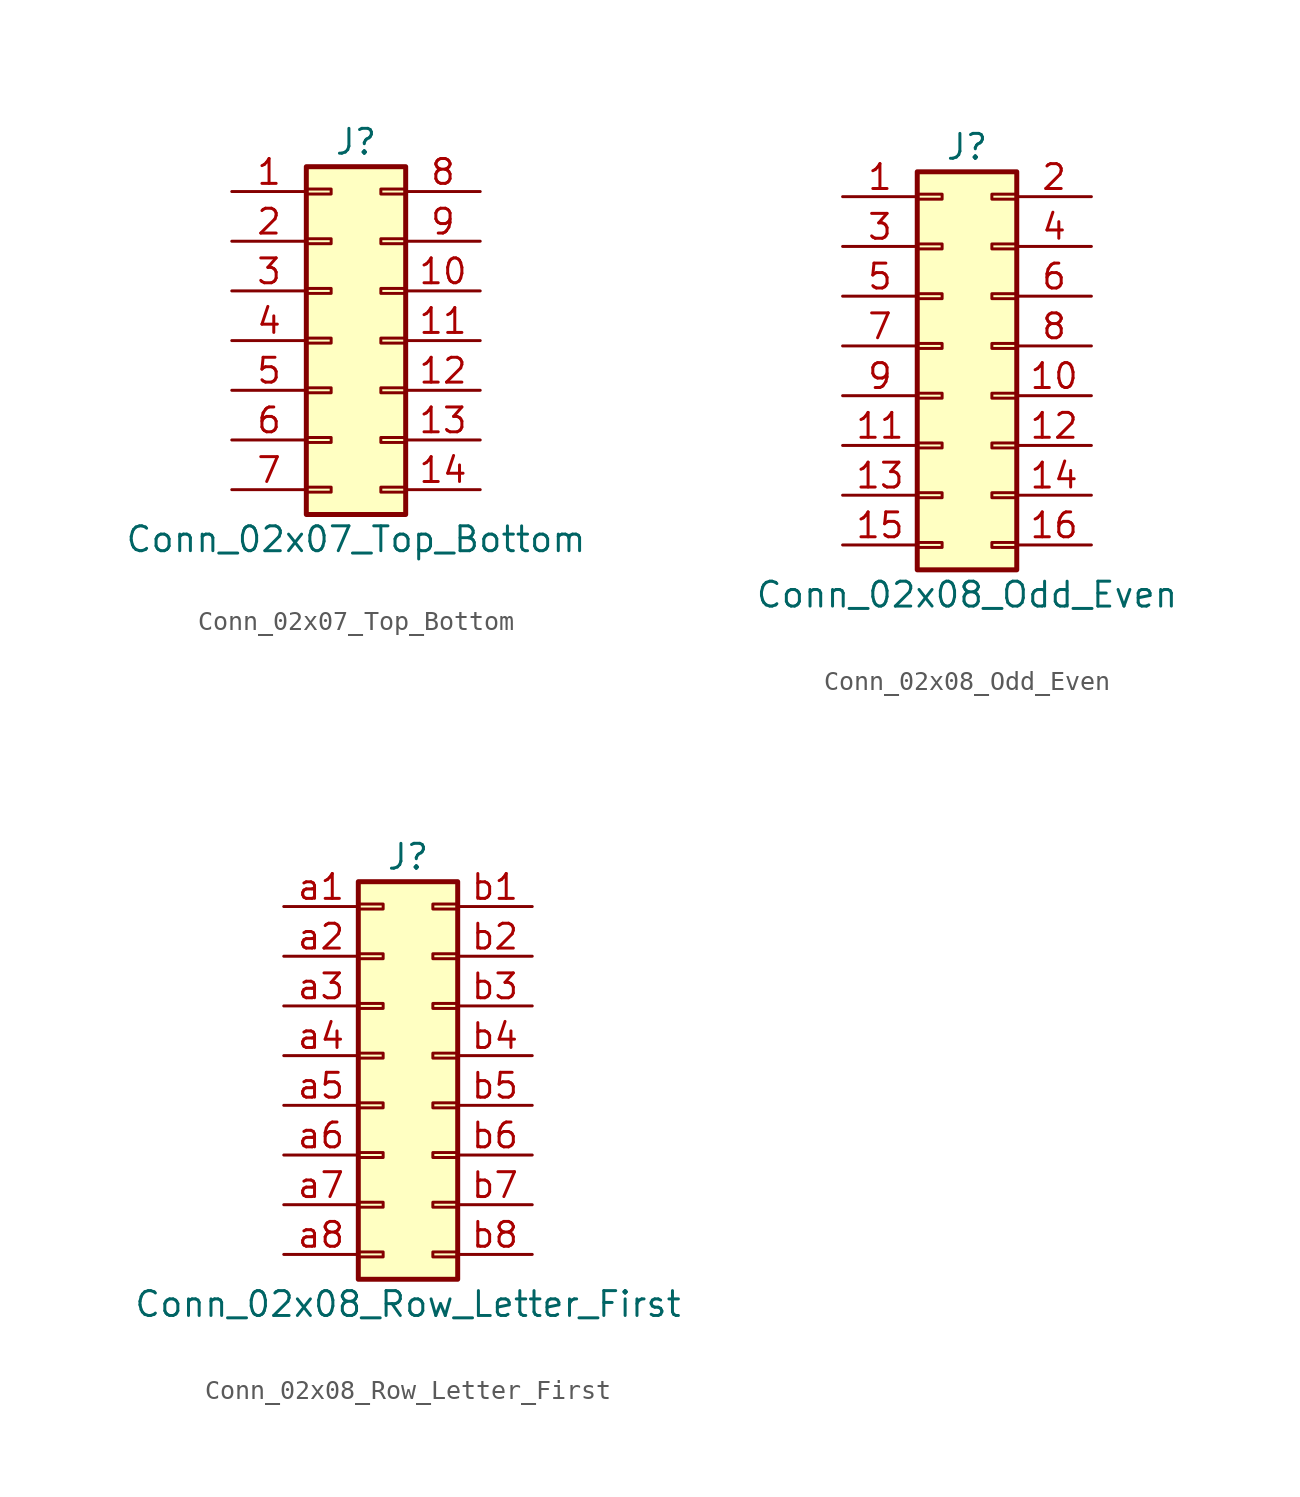
<source format=kicad_sym>
(kicad_symbol_lib
  (version 20211014)
  (generator kicad_symbol_editor)
  (symbol "Conn_02x07_Top_Bottom"
    (pin_names
      (offset 1.016) hide)
    (property "Reference" "J"
      (at 1.27 10.16 0)
      (effects (font (size 1.27 1.27))))
    (property "Value" "Conn_02x07_Top_Bottom"
      (at 1.27 -10.16 0)
      (effects (font (size 1.27 1.27))))
    (symbol "Conn_02x07_Top_Bottom_1_1"
      (rectangle (start -1.27 -7.493) (end 0 -7.747) (stroke (width 0.152) (type default) (color 0 0 0 0)) (fill (type none)))
      (rectangle (start -1.27 -4.953) (end 0 -5.207) (stroke (width 0.152) (type default) (color 0 0 0 0)) (fill (type none)))
      (rectangle (start -1.27 -2.413) (end 0 -2.667) (stroke (width 0.152) (type default) (color 0 0 0 0)) (fill (type none)))
      (rectangle (start -1.27 0.127) (end 0 -0.127) (stroke (width 0.152) (type default) (color 0 0 0 0)) (fill (type none)))
      (rectangle (start -1.27 2.667) (end 0 2.413) (stroke (width 0.152) (type default) (color 0 0 0 0)) (fill (type none)))
      (rectangle (start -1.27 5.207) (end 0 4.953) (stroke (width 0.152) (type default) (color 0 0 0 0)) (fill (type none)))
      (rectangle (start -1.27 7.747) (end 0 7.493) (stroke (width 0.152) (type default) (color 0 0 0 0)) (fill (type none)))
      (rectangle (start -1.27 8.89) (end 3.81 -8.89) (stroke (width 0.254) (type default) (color 0 0 0 0)) (fill (type background)))
      (rectangle (start 3.81 -7.493) (end 2.54 -7.747) (stroke (width 0.152) (type default) (color 0 0 0 0)) (fill (type none)))
      (rectangle (start 3.81 -4.953) (end 2.54 -5.207) (stroke (width 0.152) (type default) (color 0 0 0 0)) (fill (type none)))
      (rectangle (start 3.81 -2.413) (end 2.54 -2.667) (stroke (width 0.152) (type default) (color 0 0 0 0)) (fill (type none)))
      (rectangle (start 3.81 0.127) (end 2.54 -0.127) (stroke (width 0.152) (type default) (color 0 0 0 0)) (fill (type none)))
      (rectangle (start 3.81 2.667) (end 2.54 2.413) (stroke (width 0.152) (type default) (color 0 0 0 0)) (fill (type none)))
      (rectangle (start 3.81 5.207) (end 2.54 4.953) (stroke (width 0.152) (type default) (color 0 0 0 0)) (fill (type none)))
      (rectangle (start 3.81 7.747) (end 2.54 7.493) (stroke (width 0.152) (type default) (color 0 0 0 0)) (fill (type none)))
      (pin passive line (at -5.08 7.62 0) (length 3.81) (name "Pin_1" (effects (font (size 1.27 1.27)))) (number "1" (effects (font (size 1.27 1.27)))))
      (pin passive line (at 7.62 2.54 180) (length 3.81) (name "Pin_10" (effects (font (size 1.27 1.27)))) (number "10" (effects (font (size 1.27 1.27)))))
      (pin passive line (at 7.62 0 180) (length 3.81) (name "Pin_11" (effects (font (size 1.27 1.27)))) (number "11" (effects (font (size 1.27 1.27)))))
      (pin passive line (at 7.62 -2.54 180) (length 3.81) (name "Pin_12" (effects (font (size 1.27 1.27)))) (number "12" (effects (font (size 1.27 1.27)))))
      (pin passive line (at 7.62 -5.08 180) (length 3.81) (name "Pin_13" (effects (font (size 1.27 1.27)))) (number "13" (effects (font (size 1.27 1.27)))))
      (pin passive line (at 7.62 -7.62 180) (length 3.81) (name "Pin_14" (effects (font (size 1.27 1.27)))) (number "14" (effects (font (size 1.27 1.27)))))
      (pin passive line (at -5.08 5.08 0) (length 3.81) (name "Pin_2" (effects (font (size 1.27 1.27)))) (number "2" (effects (font (size 1.27 1.27)))))
      (pin passive line (at -5.08 2.54 0) (length 3.81) (name "Pin_3" (effects (font (size 1.27 1.27)))) (number "3" (effects (font (size 1.27 1.27)))))
      (pin passive line (at -5.08 0 0) (length 3.81) (name "Pin_4" (effects (font (size 1.27 1.27)))) (number "4" (effects (font (size 1.27 1.27)))))
      (pin passive line (at -5.08 -2.54 0) (length 3.81) (name "Pin_5" (effects (font (size 1.27 1.27)))) (number "5" (effects (font (size 1.27 1.27)))))
      (pin passive line (at -5.08 -5.08 0) (length 3.81) (name "Pin_6" (effects (font (size 1.27 1.27)))) (number "6" (effects (font (size 1.27 1.27)))))
      (pin passive line (at -5.08 -7.62 0) (length 3.81) (name "Pin_7" (effects (font (size 1.27 1.27)))) (number "7" (effects (font (size 1.27 1.27)))))
      (pin passive line (at 7.62 7.62 180) (length 3.81) (name "Pin_8" (effects (font (size 1.27 1.27)))) (number "8" (effects (font (size 1.27 1.27)))))
      (pin passive line (at 7.62 5.08 180) (length 3.81) (name "Pin_9" (effects (font (size 1.27 1.27)))) (number "9" (effects (font (size 1.27 1.27)))))))
  (symbol "Conn_02x08_Odd_Even"
    (pin_names
      (offset 1.016) hide)
    (property "Reference" "J"
      (at 1.27 10.16 0)
      (effects (font (size 1.27 1.27))))
    (property "Value" "Conn_02x08_Odd_Even"
      (at 1.27 -12.7 0)
      (effects (font (size 1.27 1.27))))
    (symbol "Conn_02x08_Odd_Even_1_1"
      (rectangle (start -1.27 -10.033) (end 0 -10.287) (stroke (width 0.152) (type default) (color 0 0 0 0)) (fill (type none)))
      (rectangle (start -1.27 -7.493) (end 0 -7.747) (stroke (width 0.152) (type default) (color 0 0 0 0)) (fill (type none)))
      (rectangle (start -1.27 -4.953) (end 0 -5.207) (stroke (width 0.152) (type default) (color 0 0 0 0)) (fill (type none)))
      (rectangle (start -1.27 -2.413) (end 0 -2.667) (stroke (width 0.152) (type default) (color 0 0 0 0)) (fill (type none)))
      (rectangle (start -1.27 0.127) (end 0 -0.127) (stroke (width 0.152) (type default) (color 0 0 0 0)) (fill (type none)))
      (rectangle (start -1.27 2.667) (end 0 2.413) (stroke (width 0.152) (type default) (color 0 0 0 0)) (fill (type none)))
      (rectangle (start -1.27 5.207) (end 0 4.953) (stroke (width 0.152) (type default) (color 0 0 0 0)) (fill (type none)))
      (rectangle (start -1.27 7.747) (end 0 7.493) (stroke (width 0.152) (type default) (color 0 0 0 0)) (fill (type none)))
      (rectangle (start -1.27 8.89) (end 3.81 -11.43) (stroke (width 0.254) (type default) (color 0 0 0 0)) (fill (type background)))
      (rectangle (start 3.81 -10.033) (end 2.54 -10.287) (stroke (width 0.152) (type default) (color 0 0 0 0)) (fill (type none)))
      (rectangle (start 3.81 -7.493) (end 2.54 -7.747) (stroke (width 0.152) (type default) (color 0 0 0 0)) (fill (type none)))
      (rectangle (start 3.81 -4.953) (end 2.54 -5.207) (stroke (width 0.152) (type default) (color 0 0 0 0)) (fill (type none)))
      (rectangle (start 3.81 -2.413) (end 2.54 -2.667) (stroke (width 0.152) (type default) (color 0 0 0 0)) (fill (type none)))
      (rectangle (start 3.81 0.127) (end 2.54 -0.127) (stroke (width 0.152) (type default) (color 0 0 0 0)) (fill (type none)))
      (rectangle (start 3.81 2.667) (end 2.54 2.413) (stroke (width 0.152) (type default) (color 0 0 0 0)) (fill (type none)))
      (rectangle (start 3.81 5.207) (end 2.54 4.953) (stroke (width 0.152) (type default) (color 0 0 0 0)) (fill (type none)))
      (rectangle (start 3.81 7.747) (end 2.54 7.493) (stroke (width 0.152) (type default) (color 0 0 0 0)) (fill (type none)))
      (pin passive line (at -5.08 7.62 0) (length 3.81) (name "Pin_1" (effects (font (size 1.27 1.27)))) (number "1" (effects (font (size 1.27 1.27)))))
      (pin passive line (at 7.62 -2.54 180) (length 3.81) (name "Pin_10" (effects (font (size 1.27 1.27)))) (number "10" (effects (font (size 1.27 1.27)))))
      (pin passive line (at -5.08 -5.08 0) (length 3.81) (name "Pin_11" (effects (font (size 1.27 1.27)))) (number "11" (effects (font (size 1.27 1.27)))))
      (pin passive line (at 7.62 -5.08 180) (length 3.81) (name "Pin_12" (effects (font (size 1.27 1.27)))) (number "12" (effects (font (size 1.27 1.27)))))
      (pin passive line (at -5.08 -7.62 0) (length 3.81) (name "Pin_13" (effects (font (size 1.27 1.27)))) (number "13" (effects (font (size 1.27 1.27)))))
      (pin passive line (at 7.62 -7.62 180) (length 3.81) (name "Pin_14" (effects (font (size 1.27 1.27)))) (number "14" (effects (font (size 1.27 1.27)))))
      (pin passive line (at -5.08 -10.16 0) (length 3.81) (name "Pin_15" (effects (font (size 1.27 1.27)))) (number "15" (effects (font (size 1.27 1.27)))))
      (pin passive line (at 7.62 -10.16 180) (length 3.81) (name "Pin_16" (effects (font (size 1.27 1.27)))) (number "16" (effects (font (size 1.27 1.27)))))
      (pin passive line (at 7.62 7.62 180) (length 3.81) (name "Pin_2" (effects (font (size 1.27 1.27)))) (number "2" (effects (font (size 1.27 1.27)))))
      (pin passive line (at -5.08 5.08 0) (length 3.81) (name "Pin_3" (effects (font (size 1.27 1.27)))) (number "3" (effects (font (size 1.27 1.27)))))
      (pin passive line (at 7.62 5.08 180) (length 3.81) (name "Pin_4" (effects (font (size 1.27 1.27)))) (number "4" (effects (font (size 1.27 1.27)))))
      (pin passive line (at -5.08 2.54 0) (length 3.81) (name "Pin_5" (effects (font (size 1.27 1.27)))) (number "5" (effects (font (size 1.27 1.27)))))
      (pin passive line (at 7.62 2.54 180) (length 3.81) (name "Pin_6" (effects (font (size 1.27 1.27)))) (number "6" (effects (font (size 1.27 1.27)))))
      (pin passive line (at -5.08 0 0) (length 3.81) (name "Pin_7" (effects (font (size 1.27 1.27)))) (number "7" (effects (font (size 1.27 1.27)))))
      (pin passive line (at 7.62 0 180) (length 3.81) (name "Pin_8" (effects (font (size 1.27 1.27)))) (number "8" (effects (font (size 1.27 1.27)))))
      (pin passive line (at -5.08 -2.54 0) (length 3.81) (name "Pin_9" (effects (font (size 1.27 1.27)))) (number "9" (effects (font (size 1.27 1.27)))))))
  (symbol "Conn_02x08_Row_Letter_First"
    (pin_names
      (offset 1.016) hide)
    (property "Reference" "J"
      (at 1.27 10.16 0)
      (effects (font (size 1.27 1.27))))
    (property "Value" "Conn_02x08_Row_Letter_First"
      (at 1.27 -12.7 0)
      (effects (font (size 1.27 1.27))))
    (symbol "Conn_02x08_Row_Letter_First_1_1"
      (rectangle (start -1.27 -10.033) (end 0 -10.287) (stroke (width 0.152) (type default) (color 0 0 0 0)) (fill (type none)))
      (rectangle (start -1.27 -7.493) (end 0 -7.747) (stroke (width 0.152) (type default) (color 0 0 0 0)) (fill (type none)))
      (rectangle (start -1.27 -4.953) (end 0 -5.207) (stroke (width 0.152) (type default) (color 0 0 0 0)) (fill (type none)))
      (rectangle (start -1.27 -2.413) (end 0 -2.667) (stroke (width 0.152) (type default) (color 0 0 0 0)) (fill (type none)))
      (rectangle (start -1.27 0.127) (end 0 -0.127) (stroke (width 0.152) (type default) (color 0 0 0 0)) (fill (type none)))
      (rectangle (start -1.27 2.667) (end 0 2.413) (stroke (width 0.152) (type default) (color 0 0 0 0)) (fill (type none)))
      (rectangle (start -1.27 5.207) (end 0 4.953) (stroke (width 0.152) (type default) (color 0 0 0 0)) (fill (type none)))
      (rectangle (start -1.27 7.747) (end 0 7.493) (stroke (width 0.152) (type default) (color 0 0 0 0)) (fill (type none)))
      (rectangle (start -1.27 8.89) (end 3.81 -11.43) (stroke (width 0.254) (type default) (color 0 0 0 0)) (fill (type background)))
      (rectangle (start 3.81 -10.033) (end 2.54 -10.287) (stroke (width 0.152) (type default) (color 0 0 0 0)) (fill (type none)))
      (rectangle (start 3.81 -7.493) (end 2.54 -7.747) (stroke (width 0.152) (type default) (color 0 0 0 0)) (fill (type none)))
      (rectangle (start 3.81 -4.953) (end 2.54 -5.207) (stroke (width 0.152) (type default) (color 0 0 0 0)) (fill (type none)))
      (rectangle (start 3.81 -2.413) (end 2.54 -2.667) (stroke (width 0.152) (type default) (color 0 0 0 0)) (fill (type none)))
      (rectangle (start 3.81 0.127) (end 2.54 -0.127) (stroke (width 0.152) (type default) (color 0 0 0 0)) (fill (type none)))
      (rectangle (start 3.81 2.667) (end 2.54 2.413) (stroke (width 0.152) (type default) (color 0 0 0 0)) (fill (type none)))
      (rectangle (start 3.81 5.207) (end 2.54 4.953) (stroke (width 0.152) (type default) (color 0 0 0 0)) (fill (type none)))
      (rectangle (start 3.81 7.747) (end 2.54 7.493) (stroke (width 0.152) (type default) (color 0 0 0 0)) (fill (type none)))
      (pin passive line (at -5.08 7.62 0) (length 3.81) (name "Pin_a1" (effects (font (size 1.27 1.27)))) (number "a1" (effects (font (size 1.27 1.27)))))
      (pin passive line (at -5.08 5.08 0) (length 3.81) (name "Pin_a2" (effects (font (size 1.27 1.27)))) (number "a2" (effects (font (size 1.27 1.27)))))
      (pin passive line (at -5.08 2.54 0) (length 3.81) (name "Pin_a3" (effects (font (size 1.27 1.27)))) (number "a3" (effects (font (size 1.27 1.27)))))
      (pin passive line (at -5.08 0 0) (length 3.81) (name "Pin_a4" (effects (font (size 1.27 1.27)))) (number "a4" (effects (font (size 1.27 1.27)))))
      (pin passive line (at -5.08 -2.54 0) (length 3.81) (name "Pin_a5" (effects (font (size 1.27 1.27)))) (number "a5" (effects (font (size 1.27 1.27)))))
      (pin passive line (at -5.08 -5.08 0) (length 3.81) (name "Pin_a6" (effects (font (size 1.27 1.27)))) (number "a6" (effects (font (size 1.27 1.27)))))
      (pin passive line (at -5.08 -7.62 0) (length 3.81) (name "Pin_a7" (effects (font (size 1.27 1.27)))) (number "a7" (effects (font (size 1.27 1.27)))))
      (pin passive line (at -5.08 -10.16 0) (length 3.81) (name "Pin_a8" (effects (font (size 1.27 1.27)))) (number "a8" (effects (font (size 1.27 1.27)))))
      (pin passive line (at 7.62 7.62 180) (length 3.81) (name "Pin_b1" (effects (font (size 1.27 1.27)))) (number "b1" (effects (font (size 1.27 1.27)))))
      (pin passive line (at 7.62 5.08 180) (length 3.81) (name "Pin_b2" (effects (font (size 1.27 1.27)))) (number "b2" (effects (font (size 1.27 1.27)))))
      (pin passive line (at 7.62 2.54 180) (length 3.81) (name "Pin_b3" (effects (font (size 1.27 1.27)))) (number "b3" (effects (font (size 1.27 1.27)))))
      (pin passive line (at 7.62 0 180) (length 3.81) (name "Pin_b4" (effects (font (size 1.27 1.27)))) (number "b4" (effects (font (size 1.27 1.27)))))
      (pin passive line (at 7.62 -2.54 180) (length 3.81) (name "Pin_b5" (effects (font (size 1.27 1.27)))) (number "b5" (effects (font (size 1.27 1.27)))))
      (pin passive line (at 7.62 -5.08 180) (length 3.81) (name "Pin_b6" (effects (font (size 1.27 1.27)))) (number "b6" (effects (font (size 1.27 1.27)))))
      (pin passive line (at 7.62 -7.62 180) (length 3.81) (name "Pin_b7" (effects (font (size 1.27 1.27)))) (number "b7" (effects (font (size 1.27 1.27)))))
      (pin passive line (at 7.62 -10.16 180) (length 3.81) (name "Pin_b8" (effects (font (size 1.27 1.27)))) (number "b8" (effects (font (size 1.27 1.27))))))))
</source>
